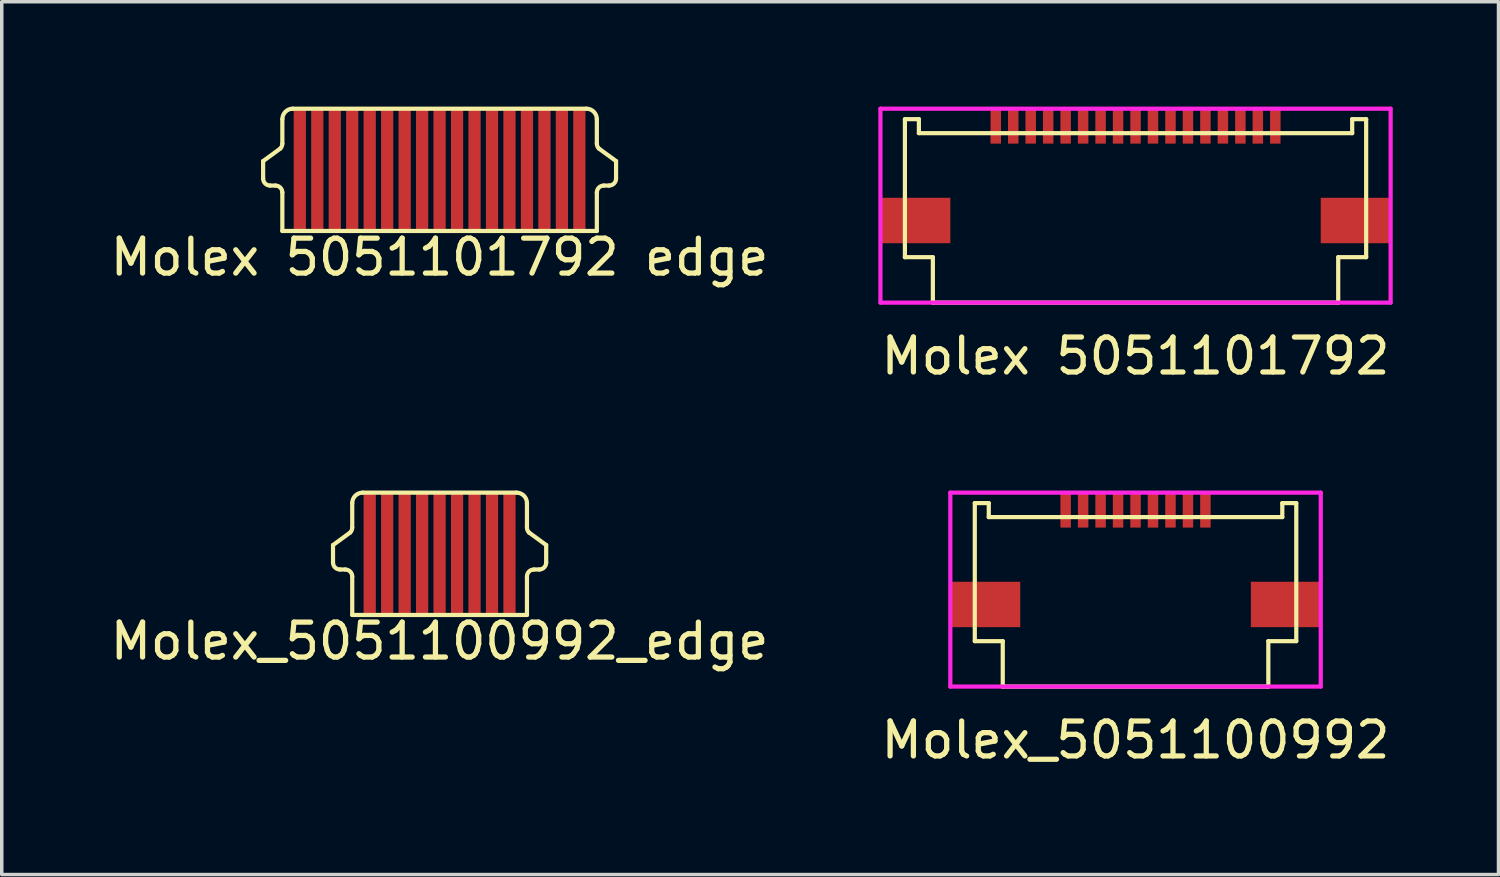
<source format=kicad_pcb>
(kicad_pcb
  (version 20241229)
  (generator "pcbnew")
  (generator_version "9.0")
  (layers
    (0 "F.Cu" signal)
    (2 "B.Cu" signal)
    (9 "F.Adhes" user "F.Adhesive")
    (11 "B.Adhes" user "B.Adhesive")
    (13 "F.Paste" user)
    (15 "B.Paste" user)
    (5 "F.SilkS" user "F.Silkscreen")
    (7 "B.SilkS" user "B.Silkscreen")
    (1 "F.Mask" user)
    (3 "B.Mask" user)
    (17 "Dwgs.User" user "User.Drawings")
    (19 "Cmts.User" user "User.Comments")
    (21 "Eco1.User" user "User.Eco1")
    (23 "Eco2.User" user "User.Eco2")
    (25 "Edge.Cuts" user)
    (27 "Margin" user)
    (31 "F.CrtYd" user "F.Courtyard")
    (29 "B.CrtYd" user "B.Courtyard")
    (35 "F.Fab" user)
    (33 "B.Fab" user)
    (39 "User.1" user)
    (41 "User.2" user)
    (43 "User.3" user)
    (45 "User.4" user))
  (footprint "Molex_5051100992_edge"
    (layer "F.Cu")
    (at 9.53 14.548)
    (property "Reference" "Molex_5051100992_edge" (at 0 0.75 0) (layer "F.SilkS") (effects (font (size 1 1) (thickness 0.15))))
    (attr through_hole)
    (fp_line (start -3.05 -2) (end -3.05 -1.5) (stroke (width 0.12) (type solid)) (layer "F.SilkS"))
    (fp_line (start -2.85 -1.3) (end -2.7 -1.3) (stroke (width 0.12) (type solid)) (layer "F.SilkS"))
    (fp_line (start -2.559 -2.359) (end -3.05 -2) (stroke (width 0.12) (type solid)) (layer "F.SilkS"))
    (fp_line (start -2.5 -3.2) (end -2.5 -2.5) (stroke (width 0.12) (type solid)) (layer "F.SilkS"))
    (fp_line (start -2.5 -1.1) (end -2.5 0) (stroke (width 0.12) (type solid)) (layer "F.SilkS"))
    (fp_line (start -2.5 0) (end 2.5 0) (stroke (width 0.12) (type solid)) (layer "F.SilkS"))
    (fp_line (start -2.2 -3.5) (end 2.2 -3.5) (stroke (width 0.12) (type solid)) (layer "F.SilkS"))
    (fp_line (start 2.5 -3.2) (end 2.5 -2.5) (stroke (width 0.12) (type solid)) (layer "F.SilkS"))
    (fp_line (start 2.5 0) (end 2.5 -1.1) (stroke (width 0.12) (type solid)) (layer "F.SilkS"))
    (fp_line (start 2.559 -2.359) (end 3.05 -2) (stroke (width 0.12) (type solid)) (layer "F.SilkS"))
    (fp_line (start 2.85 -1.3) (end 2.7 -1.3) (stroke (width 0.12) (type solid)) (layer "F.SilkS"))
    (fp_line (start 3.05 -2) (end 3.05 -1.5) (stroke (width 0.12) (type solid)) (layer "F.SilkS"))
    (fp_arc (start -2.85 -1.3) (mid -2.991421 -1.358579) (end -3.05 -1.5) (stroke (width 0.12) (type solid)) (layer "F.SilkS"))
    (fp_arc (start -2.7 -1.3) (mid -2.558579 -1.241421) (end -2.5 -1.1) (stroke (width 0.12) (type solid)) (layer "F.SilkS"))
    (fp_arc (start -2.5 -3.2) (mid -2.412132 -3.412132) (end -2.2 -3.5) (stroke (width 0.12) (type solid)) (layer "F.SilkS"))
    (fp_arc (start -2.5 -2.5) (mid -2.515224 -2.423463) (end -2.558579 -2.358579) (stroke (width 0.12) (type solid)) (layer "F.SilkS"))
    (fp_arc (start 2.2 -3.5) (mid 2.412132 -3.412132) (end 2.5 -3.2) (stroke (width 0.12) (type solid)) (layer "F.SilkS"))
    (fp_arc (start 2.5 -1.1) (mid 2.558579 -1.241421) (end 2.7 -1.3) (stroke (width 0.12) (type solid)) (layer "F.SilkS"))
    (fp_arc (start 2.558579 -2.358579) (mid 2.515225 -2.423464) (end 2.5 -2.5) (stroke (width 0.12) (type solid)) (layer "F.SilkS"))
    (fp_arc (start 3.05 -1.5) (mid 2.991421 -1.358579) (end 2.85 -1.3) (stroke (width 0.12) (type solid)) (layer "F.SilkS"))
    (pad "1" connect rect (at -2 -1.75) (size 0.35 3.5) (layers "F.Cu" "F.Mask"))
    (pad "2" connect rect (at -1.5 -1.75) (size 0.35 3.5) (layers "F.Cu" "F.Mask"))
    (pad "3" connect rect (at -1 -1.75) (size 0.35 3.5) (layers "F.Cu" "F.Mask"))
    (pad "4" connect rect (at -0.5 -1.75) (size 0.35 3.5) (layers "F.Cu" "F.Mask"))
    (pad "5" connect rect (at 0 -1.75) (size 0.35 3.5) (layers "F.Cu" "F.Mask"))
    (pad "6" connect rect (at 0.5 -1.75) (size 0.35 3.5) (layers "F.Cu" "F.Mask"))
    (pad "7" connect rect (at 1 -1.75) (size 0.35 3.5) (layers "F.Cu" "F.Mask"))
    (pad "8" connect rect (at 1.5 -1.75) (size 0.35 3.5) (layers "F.Cu" "F.Mask"))
    (pad "9" connect rect (at 2 -1.75) (size 0.35 3.5) (layers "F.Cu" "F.Mask")))
  (footprint "Molex 5051101792"
    (layer "F.Cu")
    (at 29.446 2.06)
    (property "Reference" "Molex 5051101792" (at 0 5.08 0) (layer "F.SilkS") (effects (font (size 1 1) (thickness 0.15))))
    (attr through_hole)
    (fp_line (start -6.6 -1.7) (end -6.2 -1.7) (stroke (width 0.12) (type solid)) (layer "F.SilkS"))
    (fp_line (start -6.6 2.25) (end -6.6 -1.7) (stroke (width 0.12) (type solid)) (layer "F.SilkS"))
    (fp_line (start -6.2 -1.7) (end -6.2 -1.3) (stroke (width 0.12) (type solid)) (layer "F.SilkS"))
    (fp_line (start -6.2 -1.3) (end 6.2 -1.3) (stroke (width 0.12) (type solid)) (layer "F.SilkS"))
    (fp_line (start -5.8 2.25) (end -6.6 2.25) (stroke (width 0.12) (type solid)) (layer "F.SilkS"))
    (fp_line (start -5.8 3.55) (end -5.8 2.25) (stroke (width 0.12) (type solid)) (layer "F.SilkS"))
    (fp_line (start 5.8 2.25) (end 5.8 3.55) (stroke (width 0.12) (type solid)) (layer "F.SilkS"))
    (fp_line (start 5.8 3.55) (end -5.8 3.55) (stroke (width 0.12) (type solid)) (layer "F.SilkS"))
    (fp_line (start 6.2 -1.7) (end 6.6 -1.7) (stroke (width 0.12) (type solid)) (layer "F.SilkS"))
    (fp_line (start 6.2 -1.3) (end 6.2 -1.7) (stroke (width 0.12) (type solid)) (layer "F.SilkS"))
    (fp_line (start 6.6 -1.7) (end 6.6 2.25) (stroke (width 0.12) (type solid)) (layer "F.SilkS"))
    (fp_line (start 6.6 2.25) (end 5.8 2.25) (stroke (width 0.12) (type solid)) (layer "F.SilkS"))
    (fp_line (start -7.3 -2) (end -7.3 3.55) (stroke (width 0.12) (type solid)) (layer "F.CrtYd"))
    (fp_line (start -7.3 3.55) (end 7.3 3.55) (stroke (width 0.12) (type solid)) (layer "F.CrtYd"))
    (fp_line (start 7.3 -2) (end -7.3 -2) (stroke (width 0.12) (type solid)) (layer "F.CrtYd"))
    (fp_line (start 7.3 3.55) (end 7.3 -2) (stroke (width 0.12) (type solid)) (layer "F.CrtYd"))
    (pad "1" smd rect (at -4 -1.5) (size 0.3 1) (layers "F.Cu" "F.Mask" "F.Paste"))
    (pad "2" smd rect (at -3.5 -1.5) (size 0.3 1) (layers "F.Cu" "F.Mask" "F.Paste"))
    (pad "3" smd rect (at -3 -1.5) (size 0.3 1) (layers "F.Cu" "F.Mask" "F.Paste"))
    (pad "4" smd rect (at -2.5 -1.5) (size 0.3 1) (layers "F.Cu" "F.Mask" "F.Paste"))
    (pad "5" smd rect (at -2 -1.5) (size 0.3 1) (layers "F.Cu" "F.Mask" "F.Paste"))
    (pad "6" smd rect (at -1.5 -1.5) (size 0.3 1) (layers "F.Cu" "F.Mask" "F.Paste"))
    (pad "7" smd rect (at -1 -1.5) (size 0.3 1) (layers "F.Cu" "F.Mask" "F.Paste"))
    (pad "8" smd rect (at -0.5 -1.5) (size 0.3 1) (layers "F.Cu" "F.Mask" "F.Paste"))
    (pad "9" smd rect (at 0 -1.5) (size 0.3 1) (layers "F.Cu" "F.Mask" "F.Paste"))
    (pad "10" smd rect (at 0.5 -1.5) (size 0.3 1) (layers "F.Cu" "F.Mask" "F.Paste"))
    (pad "11" smd rect (at 1 -1.5) (size 0.3 1) (layers "F.Cu" "F.Mask" "F.Paste"))
    (pad "12" smd rect (at 1.5 -1.5) (size 0.3 1) (layers "F.Cu" "F.Mask" "F.Paste"))
    (pad "13" smd rect (at 2 -1.5) (size 0.3 1) (layers "F.Cu" "F.Mask" "F.Paste"))
    (pad "14" smd rect (at 2.5 -1.5) (size 0.3 1) (layers "F.Cu" "F.Mask" "F.Paste"))
    (pad "15" smd rect (at 3 -1.5) (size 0.3 1) (layers "F.Cu" "F.Mask" "F.Paste"))
    (pad "16" smd rect (at 3.5 -1.5) (size 0.3 1) (layers "F.Cu" "F.Mask" "F.Paste"))
    (pad "17" smd rect (at 4 -1.5) (size 0.3 1) (layers "F.Cu" "F.Mask" "F.Paste"))
    (pad "~" smd rect (at -6.3 1.2) (size 2 1.3) (layers "F.Cu" "F.Mask" "F.Paste"))
    (pad "~" smd rect (at 6.3 1.2) (size 2 1.3) (layers "F.Cu" "F.Mask" "F.Paste")))
  (footprint "Molex_5051100992"
    (layer "F.Cu")
    (at 29.446 13.048)
    (property "Reference" "Molex_5051100992" (at 0 5.08 0) (layer "F.SilkS") (effects (font (size 1 1) (thickness 0.15))))
    (attr through_hole)
    (fp_line (start -4.6 -1.7) (end -4.2 -1.7) (stroke (width 0.12) (type solid)) (layer "F.SilkS"))
    (fp_line (start -4.6 2.25) (end -4.6 -1.7) (stroke (width 0.12) (type solid)) (layer "F.SilkS"))
    (fp_line (start -4.2 -1.7) (end -4.2 -1.3) (stroke (width 0.12) (type solid)) (layer "F.SilkS"))
    (fp_line (start -4.2 -1.3) (end 4.2 -1.3) (stroke (width 0.12) (type solid)) (layer "F.SilkS"))
    (fp_line (start -3.8 2.25) (end -4.6 2.25) (stroke (width 0.12) (type solid)) (layer "F.SilkS"))
    (fp_line (start -3.8 3.55) (end -3.8 2.25) (stroke (width 0.12) (type solid)) (layer "F.SilkS"))
    (fp_line (start 3.8 2.25) (end 3.8 3.55) (stroke (width 0.12) (type solid)) (layer "F.SilkS"))
    (fp_line (start 3.8 3.55) (end -3.8 3.55) (stroke (width 0.12) (type solid)) (layer "F.SilkS"))
    (fp_line (start 4.2 -1.7) (end 4.6 -1.7) (stroke (width 0.12) (type solid)) (layer "F.SilkS"))
    (fp_line (start 4.2 -1.3) (end 4.2 -1.7) (stroke (width 0.12) (type solid)) (layer "F.SilkS"))
    (fp_line (start 4.6 -1.7) (end 4.6 2.25) (stroke (width 0.12) (type solid)) (layer "F.SilkS"))
    (fp_line (start 4.6 2.25) (end 3.8 2.25) (stroke (width 0.12) (type solid)) (layer "F.SilkS"))
    (fp_line (start -5.3 -2) (end -5.3 3.55) (stroke (width 0.12) (type solid)) (layer "F.CrtYd"))
    (fp_line (start -5.3 3.55) (end 5.3 3.55) (stroke (width 0.12) (type solid)) (layer "F.CrtYd"))
    (fp_line (start 5.3 -2) (end -5.3 -2) (stroke (width 0.12) (type solid)) (layer "F.CrtYd"))
    (fp_line (start 5.3 3.55) (end 5.3 -2) (stroke (width 0.12) (type solid)) (layer "F.CrtYd"))
    (pad "1" smd rect (at -2 -1.5) (size 0.3 1) (layers "F.Cu" "F.Mask" "F.Paste"))
    (pad "2" smd rect (at -1.5 -1.5) (size 0.3 1) (layers "F.Cu" "F.Mask" "F.Paste"))
    (pad "3" smd rect (at -1 -1.5) (size 0.3 1) (layers "F.Cu" "F.Mask" "F.Paste"))
    (pad "4" smd rect (at -0.5 -1.5) (size 0.3 1) (layers "F.Cu" "F.Mask" "F.Paste"))
    (pad "5" smd rect (at 0 -1.5) (size 0.3 1) (layers "F.Cu" "F.Mask" "F.Paste"))
    (pad "6" smd rect (at 0.5 -1.5) (size 0.3 1) (layers "F.Cu" "F.Mask" "F.Paste"))
    (pad "7" smd rect (at 1 -1.5) (size 0.3 1) (layers "F.Cu" "F.Mask" "F.Paste"))
    (pad "8" smd rect (at 1.5 -1.5) (size 0.3 1) (layers "F.Cu" "F.Mask" "F.Paste"))
    (pad "9" smd rect (at 2 -1.5) (size 0.3 1) (layers "F.Cu" "F.Mask" "F.Paste"))
    (pad "MP" smd rect (at -4.3 1.2) (size 2 1.3) (layers "F.Cu" "F.Mask" "F.Paste"))
    (pad "MP" smd rect (at 4.3 1.2) (size 2 1.3) (layers "F.Cu" "F.Mask" "F.Paste")))
  (footprint "Molex 5051101792 edge"
    (layer "F.Cu")
    (at 9.53 3.56)
    (property "Reference" "Molex 5051101792 edge" (at 0 0.75 0) (layer "F.SilkS") (effects (font (size 1 1) (thickness 0.15))))
    (attr through_hole)
    (fp_line (start -5.05 -2) (end -5.05 -1.5) (stroke (width 0.12) (type solid)) (layer "F.SilkS"))
    (fp_line (start -4.85 -1.3) (end -4.7 -1.3) (stroke (width 0.12) (type solid)) (layer "F.SilkS"))
    (fp_line (start -4.559 -2.359) (end -5.05 -2) (stroke (width 0.12) (type solid)) (layer "F.SilkS"))
    (fp_line (start -4.5 -3.2) (end -4.5 -2.5) (stroke (width 0.12) (type solid)) (layer "F.SilkS"))
    (fp_line (start -4.5 -1.1) (end -4.5 0) (stroke (width 0.12) (type solid)) (layer "F.SilkS"))
    (fp_line (start -4.5 0) (end 4.5 0) (stroke (width 0.12) (type solid)) (layer "F.SilkS"))
    (fp_line (start -4.2 -3.5) (end 4.2 -3.5) (stroke (width 0.12) (type solid)) (layer "F.SilkS"))
    (fp_line (start 4.5 -3.2) (end 4.5 -2.5) (stroke (width 0.12) (type solid)) (layer "F.SilkS"))
    (fp_line (start 4.5 0) (end 4.5 -1.1) (stroke (width 0.12) (type solid)) (layer "F.SilkS"))
    (fp_line (start 4.559 -2.359) (end 5.05 -2) (stroke (width 0.12) (type solid)) (layer "F.SilkS"))
    (fp_line (start 4.85 -1.3) (end 4.7 -1.3) (stroke (width 0.12) (type solid)) (layer "F.SilkS"))
    (fp_line (start 5.05 -2) (end 5.05 -1.5) (stroke (width 0.12) (type solid)) (layer "F.SilkS"))
    (fp_arc (start -4.85 -1.3) (mid -4.991421 -1.358579) (end -5.05 -1.5) (stroke (width 0.12) (type solid)) (layer "F.SilkS"))
    (fp_arc (start -4.7 -1.3) (mid -4.558579 -1.241421) (end -4.5 -1.1) (stroke (width 0.12) (type solid)) (layer "F.SilkS"))
    (fp_arc (start -4.5 -3.2) (mid -4.412132 -3.412132) (end -4.2 -3.5) (stroke (width 0.12) (type solid)) (layer "F.SilkS"))
    (fp_arc (start -4.5 -2.5) (mid -4.515224 -2.423463) (end -4.558579 -2.358579) (stroke (width 0.12) (type solid)) (layer "F.SilkS"))
    (fp_arc (start 4.2 -3.5) (mid 4.412132 -3.412132) (end 4.5 -3.2) (stroke (width 0.12) (type solid)) (layer "F.SilkS"))
    (fp_arc (start 4.5 -1.1) (mid 4.558579 -1.241421) (end 4.7 -1.3) (stroke (width 0.12) (type solid)) (layer "F.SilkS"))
    (fp_arc (start 4.558579 -2.358579) (mid 4.515225 -2.423464) (end 4.5 -2.5) (stroke (width 0.12) (type solid)) (layer "F.SilkS"))
    (fp_arc (start 5.05 -1.5) (mid 4.991421 -1.358579) (end 4.85 -1.3) (stroke (width 0.12) (type solid)) (layer "F.SilkS"))
    (pad "1" connect rect (at -4 -1.75) (size 0.35 3.5) (layers "F.Cu" "F.Mask"))
    (pad "2" connect rect (at -3.5 -1.75) (size 0.35 3.5) (layers "F.Cu" "F.Mask"))
    (pad "3" connect rect (at -3 -1.75) (size 0.35 3.5) (layers "F.Cu" "F.Mask"))
    (pad "4" connect rect (at -2.5 -1.75) (size 0.35 3.5) (layers "F.Cu" "F.Mask"))
    (pad "5" connect rect (at -2 -1.75) (size 0.35 3.5) (layers "F.Cu" "F.Mask"))
    (pad "6" connect rect (at -1.5 -1.75) (size 0.35 3.5) (layers "F.Cu" "F.Mask"))
    (pad "7" connect rect (at -1 -1.75) (size 0.35 3.5) (layers "F.Cu" "F.Mask"))
    (pad "8" connect rect (at -0.5 -1.75) (size 0.35 3.5) (layers "F.Cu" "F.Mask"))
    (pad "9" connect rect (at 0 -1.75) (size 0.35 3.5) (layers "F.Cu" "F.Mask"))
    (pad "10" connect rect (at 0.5 -1.75) (size 0.35 3.5) (layers "F.Cu" "F.Mask"))
    (pad "11" connect rect (at 1 -1.75) (size 0.35 3.5) (layers "F.Cu" "F.Mask"))
    (pad "12" connect rect (at 1.5 -1.75) (size 0.35 3.5) (layers "F.Cu" "F.Mask"))
    (pad "13" connect rect (at 2 -1.75) (size 0.35 3.5) (layers "F.Cu" "F.Mask"))
    (pad "14" connect rect (at 2.5 -1.75) (size 0.35 3.5) (layers "F.Cu" "F.Mask"))
    (pad "15" connect rect (at 3 -1.75) (size 0.35 3.5) (layers "F.Cu" "F.Mask"))
    (pad "16" connect rect (at 3.5 -1.75) (size 0.35 3.5) (layers "F.Cu" "F.Mask"))
    (pad "17" connect rect (at 4 -1.75) (size 0.35 3.5) (layers "F.Cu" "F.Mask")))
  (gr_rect
    (start -3 -3)
    (end 39.833 21.977)
    (stroke (width 0.1) (type default))
    (fill no)
    (layer "Edge.Cuts")))
</source>
